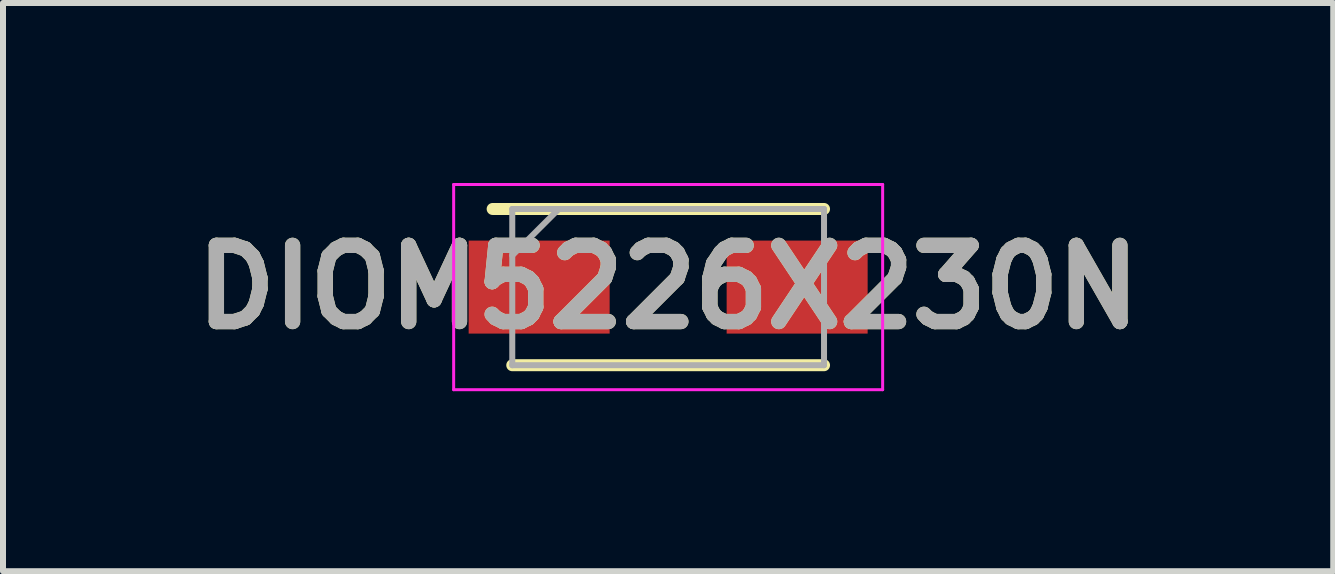
<source format=kicad_pcb>
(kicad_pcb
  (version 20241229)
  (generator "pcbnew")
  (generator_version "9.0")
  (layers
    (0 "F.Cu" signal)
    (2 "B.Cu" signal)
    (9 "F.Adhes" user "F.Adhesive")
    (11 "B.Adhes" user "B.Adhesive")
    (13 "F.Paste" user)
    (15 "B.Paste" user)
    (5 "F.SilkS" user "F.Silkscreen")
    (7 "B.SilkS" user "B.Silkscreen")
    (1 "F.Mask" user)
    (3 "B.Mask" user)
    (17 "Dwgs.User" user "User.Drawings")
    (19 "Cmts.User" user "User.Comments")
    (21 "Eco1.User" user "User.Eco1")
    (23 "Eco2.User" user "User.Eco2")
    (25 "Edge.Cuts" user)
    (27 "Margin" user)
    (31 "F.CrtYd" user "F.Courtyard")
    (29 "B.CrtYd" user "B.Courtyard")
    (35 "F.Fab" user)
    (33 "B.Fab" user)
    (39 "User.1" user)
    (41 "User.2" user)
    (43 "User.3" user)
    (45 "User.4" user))
  (footprint "DIOM5226X230N"
    (layer "F.Cu")
    (at 8.086 1.735)
    (property "Reference" "DIOM5226X230N" (at 0 0 0) (layer "F.SilkS") (effects (font (size 1.27 1.27) (thickness 0.254))))
    (attr smd)
    (fp_line (start -2.598 1.302) (end 2.598 1.302) (stroke (width 0.2) (type solid)) (layer "F.SilkS"))
    (fp_line (start 2.598 -1.302) (end -2.925 -1.302) (stroke (width 0.2) (type solid)) (layer "F.SilkS"))
    (fp_line (start -3.575 -1.71) (end 3.575 -1.71) (stroke (width 0.05) (type solid)) (layer "F.CrtYd"))
    (fp_line (start -3.575 1.71) (end -3.575 -1.71) (stroke (width 0.05) (type solid)) (layer "F.CrtYd"))
    (fp_line (start 3.575 -1.71) (end 3.575 1.71) (stroke (width 0.05) (type solid)) (layer "F.CrtYd"))
    (fp_line (start 3.575 1.71) (end -3.575 1.71) (stroke (width 0.05) (type solid)) (layer "F.CrtYd"))
    (fp_line (start -2.598 -1.302) (end 2.598 -1.302) (stroke (width 0.1) (type solid)) (layer "F.Fab"))
    (fp_line (start -2.598 -0.528) (end -1.822 -1.302) (stroke (width 0.1) (type solid)) (layer "F.Fab"))
    (fp_line (start -2.598 1.302) (end -2.598 -1.302) (stroke (width 0.1) (type solid)) (layer "F.Fab"))
    (fp_line (start 2.598 -1.302) (end 2.598 1.302) (stroke (width 0.1) (type solid)) (layer "F.Fab"))
    (fp_line (start 2.598 1.302) (end -2.598 1.302) (stroke (width 0.1) (type solid)) (layer "F.Fab"))
    (fp_text user "${REFERENCE}" (at 0 0 0) (layer "F.Fab") (effects (font (size 1.27 1.27) (thickness 0.254))))
    (pad "1" smd rect (at -2.15 0 90) (size 1.55 2.35) (layers "F.Cu" "F.Mask" "F.Paste"))
    (pad "2" smd rect (at 2.15 0 90) (size 1.55 2.35) (layers "F.Cu" "F.Mask" "F.Paste")))
  (gr_rect
    (start -3 -3)
    (end 19.171 6.47)
    (stroke (width 0.1) (type default))
    (fill no)
    (layer "Edge.Cuts")))
</source>
